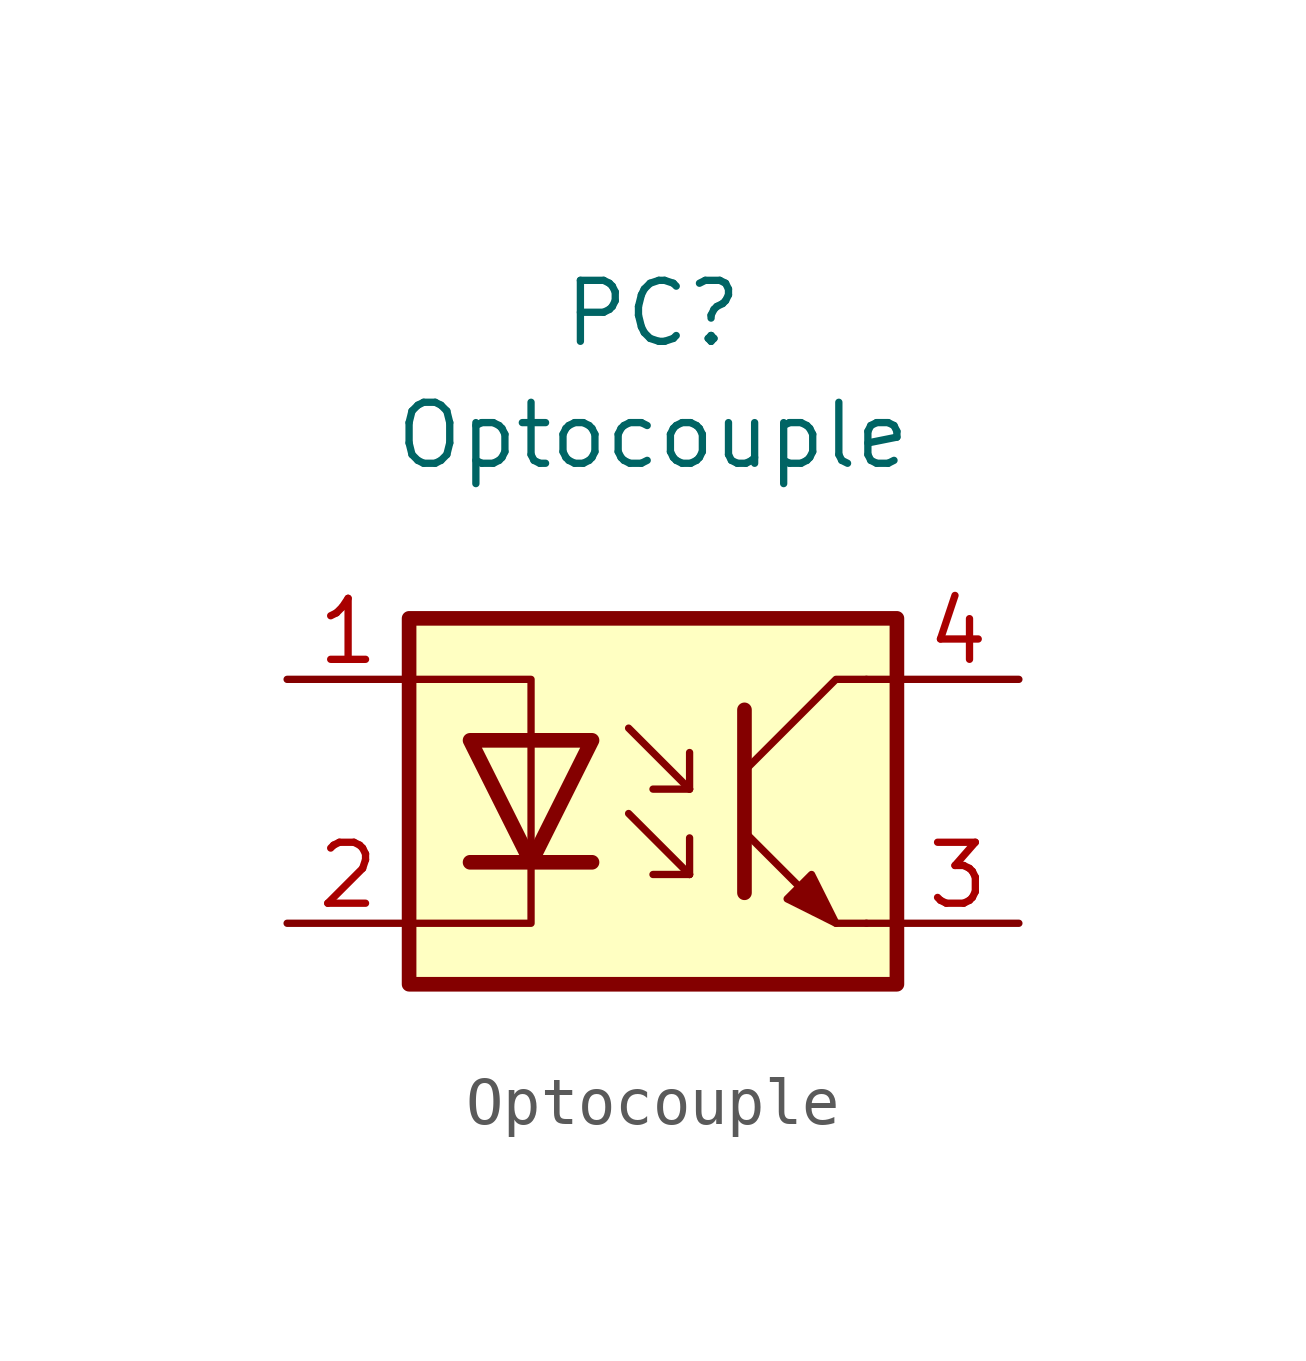
<source format=kicad_sym>
(kicad_symbol_lib
  (version 20220914)
  (generator kicad_symbol_editor)
  (symbol "Optocouple"
    (pin_names
      (offset 1.016) hide)
    (property "Reference" "PC"
      (at 0 10.16 0)
      (effects (font (size 1.27 1.27))))
    (property "Value" "Optocouple"
      (at 0 7.62 0)
      (effects (font (size 1.27 1.27))))
    (symbol "Optocouple_1_1"
      (rectangle (start -5.08 3.81) (end 5.08 -3.81) (stroke (width 0.305) (type default)) (fill (type background)))
      (polyline (pts (xy -3.81 -1.27) (xy -1.27 -1.27)) (stroke (width 0.305) (type default)) (fill (type none)))
      (polyline (pts (xy -0.508 -0.254) (xy 0.762 -1.524)) (stroke (width 0) (type default)) (fill (type none)))
      (polyline (pts (xy -0.508 1.524) (xy 0.762 0.254)) (stroke (width 0) (type default)) (fill (type none)))
      (polyline (pts (xy 0.762 -1.524) (xy 0 -1.524)) (stroke (width 0) (type default)) (fill (type none)))
      (polyline (pts (xy 0.762 -1.524) (xy 0.762 -0.762)) (stroke (width 0) (type default)) (fill (type none)))
      (polyline (pts (xy 0.762 0.254) (xy 0 0.254)) (stroke (width 0) (type default)) (fill (type none)))
      (polyline (pts (xy 0.762 0.254) (xy 0.762 1.016)) (stroke (width 0) (type default)) (fill (type none)))
      (polyline (pts (xy 1.905 1.905) (xy 1.905 -1.905)) (stroke (width 0.305) (type default)) (fill (type none)))
      (polyline (pts (xy 4.445 2.54) (xy 5.08 2.54)) (stroke (width 0) (type default)) (fill (type none)))
      (polyline (pts (xy 5.08 -2.54) (xy 4.445 -2.54)) (stroke (width 0) (type default)) (fill (type none)))
      (polyline (pts (xy 4.445 -2.54) (xy 3.81 -2.54) (xy 1.905 -0.635)) (stroke (width 0) (type default)) (fill (type none)))
      (polyline (pts (xy 4.445 2.54) (xy 3.81 2.54) (xy 1.905 0.635)) (stroke (width 0) (type default)) (fill (type none)))
      (polyline (pts (xy -5.08 2.54) (xy -2.54 2.54) (xy -2.54 -2.54) (xy -5.08 -2.54)) (stroke (width 0) (type default)) (fill (type none)))
      (polyline (pts (xy -3.81 1.27) (xy -1.27 1.27) (xy -2.54 -1.27) (xy -3.81 1.27)) (stroke (width 0.305) (type default)) (fill (type none)))
      (polyline (pts (xy 2.794 -2.032) (xy 3.302 -1.524) (xy 3.81 -2.54) (xy 2.794 -2.032) (xy 2.794 -2.032)) (stroke (width 0) (type default)) (fill (type outline)))
      (pin passive line (at -7.62 2.54 0) (length 2.54) (name "1" (effects (font (size 1.27 1.27)))) (number "1" (effects (font (size 1.27 1.27)))))
      (pin passive line (at -7.62 -2.54 0) (length 2.54) (name "2" (effects (font (size 1.27 1.27)))) (number "2" (effects (font (size 1.27 1.27)))))
      (pin passive line (at 7.62 -2.54 180) (length 2.54) (name "3" (effects (font (size 1.27 1.27)))) (number "3" (effects (font (size 1.27 1.27)))))
      (pin passive line (at 7.62 2.54 180) (length 2.54) (name "4" (effects (font (size 1.27 1.27)))) (number "4" (effects (font (size 1.27 1.27))))))))
</source>
